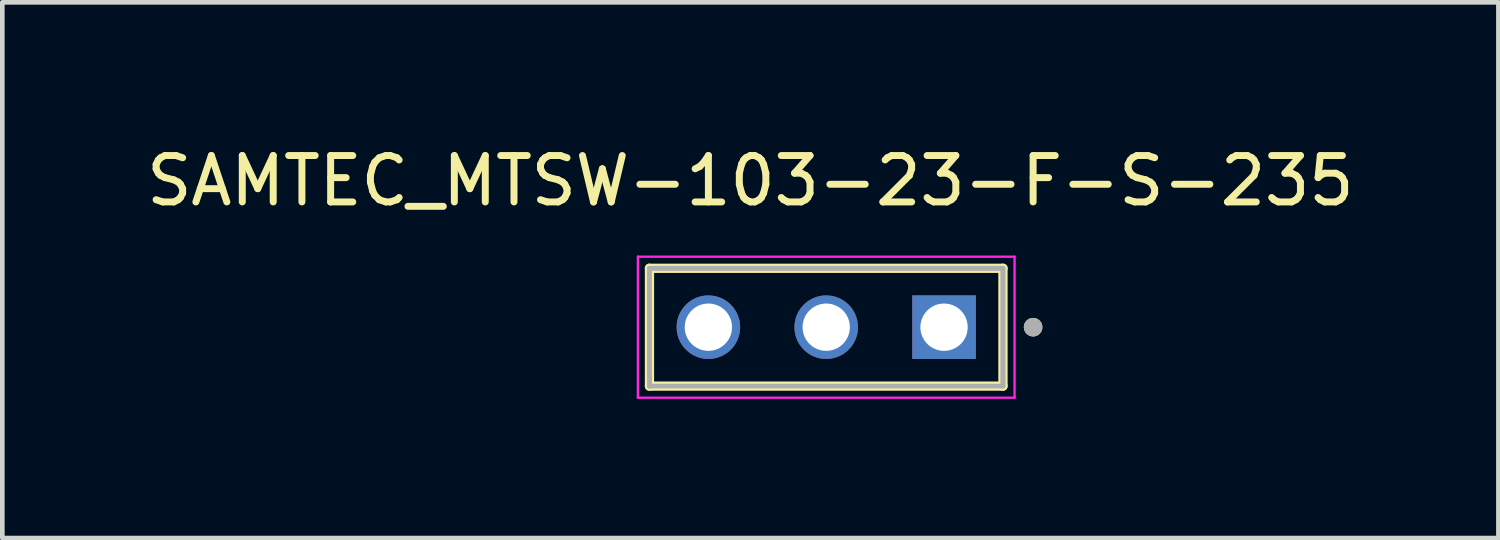
<source format=kicad_pcb>
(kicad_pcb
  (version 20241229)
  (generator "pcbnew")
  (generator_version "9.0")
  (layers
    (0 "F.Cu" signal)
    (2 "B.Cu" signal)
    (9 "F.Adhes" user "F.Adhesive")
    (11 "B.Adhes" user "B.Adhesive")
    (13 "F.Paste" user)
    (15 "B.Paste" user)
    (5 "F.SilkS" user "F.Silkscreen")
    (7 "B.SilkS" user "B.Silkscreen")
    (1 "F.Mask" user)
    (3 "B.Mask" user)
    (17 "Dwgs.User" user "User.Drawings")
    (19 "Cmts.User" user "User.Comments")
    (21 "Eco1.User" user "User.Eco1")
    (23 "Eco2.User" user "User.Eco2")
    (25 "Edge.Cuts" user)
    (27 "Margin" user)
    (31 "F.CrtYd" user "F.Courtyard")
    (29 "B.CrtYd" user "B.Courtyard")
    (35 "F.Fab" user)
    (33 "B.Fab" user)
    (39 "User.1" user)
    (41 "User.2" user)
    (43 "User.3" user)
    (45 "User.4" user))
  (footprint "SAMTEC_MTSW-103-23-F-S-235"
    (layer "F.Cu")
    (at 14.76 4.003)
    (property "Reference" "SAMTEC_MTSW-103-23-F-S-235" (at -1.635 -3.155 0) (layer "F.SilkS") (effects (font (size 1 1) (thickness 0.15))))
    (attr through_hole)
    (fp_line (start -3.81 1.27) (end -3.81 -1.27) (stroke (width 0.2) (type solid)) (layer "F.SilkS"))
    (fp_line (start 3.81 -1.27) (end -3.81 -1.27) (stroke (width 0.2) (type solid)) (layer "F.SilkS"))
    (fp_line (start 3.81 -1.27) (end 3.81 1.27) (stroke (width 0.2) (type solid)) (layer "F.SilkS"))
    (fp_line (start 3.81 1.27) (end -3.81 1.27) (stroke (width 0.2) (type solid)) (layer "F.SilkS"))
    (fp_circle (center 4.46 0) (end 4.56 0) (stroke (width 0.2) (type solid)) (fill no) (layer "F.SilkS"))
    (fp_line (start -4.06 -1.52) (end 4.06 -1.52) (stroke (width 0.05) (type solid)) (layer "F.CrtYd"))
    (fp_line (start -4.06 1.52) (end -4.06 -1.52) (stroke (width 0.05) (type solid)) (layer "F.CrtYd"))
    (fp_line (start 4.06 -1.52) (end 4.06 1.52) (stroke (width 0.05) (type solid)) (layer "F.CrtYd"))
    (fp_line (start 4.06 1.52) (end -4.06 1.52) (stroke (width 0.05) (type solid)) (layer "F.CrtYd"))
    (fp_line (start -3.81 -1.27) (end 3.81 -1.27) (stroke (width 0.1) (type solid)) (layer "F.Fab"))
    (fp_line (start -3.81 -1.27) (end 3.81 -1.27) (stroke (width 0.1) (type solid)) (layer "F.Fab"))
    (fp_line (start -3.81 1.27) (end -3.81 -1.27) (stroke (width 0.1) (type solid)) (layer "F.Fab"))
    (fp_line (start -3.81 1.27) (end -3.81 -1.27) (stroke (width 0.1) (type solid)) (layer "F.Fab"))
    (fp_line (start 3.81 -1.27) (end 3.81 1.27) (stroke (width 0.1) (type solid)) (layer "F.Fab"))
    (fp_line (start 3.81 -1.27) (end 3.81 1.27) (stroke (width 0.1) (type solid)) (layer "F.Fab"))
    (fp_line (start 3.81 1.27) (end -3.81 1.27) (stroke (width 0.1) (type solid)) (layer "F.Fab"))
    (fp_circle (center 4.46 0) (end 4.56 0) (stroke (width 0.2) (type solid)) (fill no) (layer "F.Fab"))
    (pad "01" thru_hole rect (at 2.54 0) (size 1.37 1.37) (drill 1.02) (layers "*.Cu" "*.Mask"))
    (pad "02" thru_hole circle (at 0 0) (size 1.37 1.37) (drill 1.02) (layers "*.Cu" "*.Mask"))
    (pad "03" thru_hole circle (at -2.54 0) (size 1.37 1.37) (drill 1.02) (layers "*.Cu" "*.Mask")))
  (gr_rect
    (start -3 -3)
    (end 29.25 8.548)
    (stroke (width 0.1) (type default))
    (fill no)
    (layer "Edge.Cuts")))
</source>
